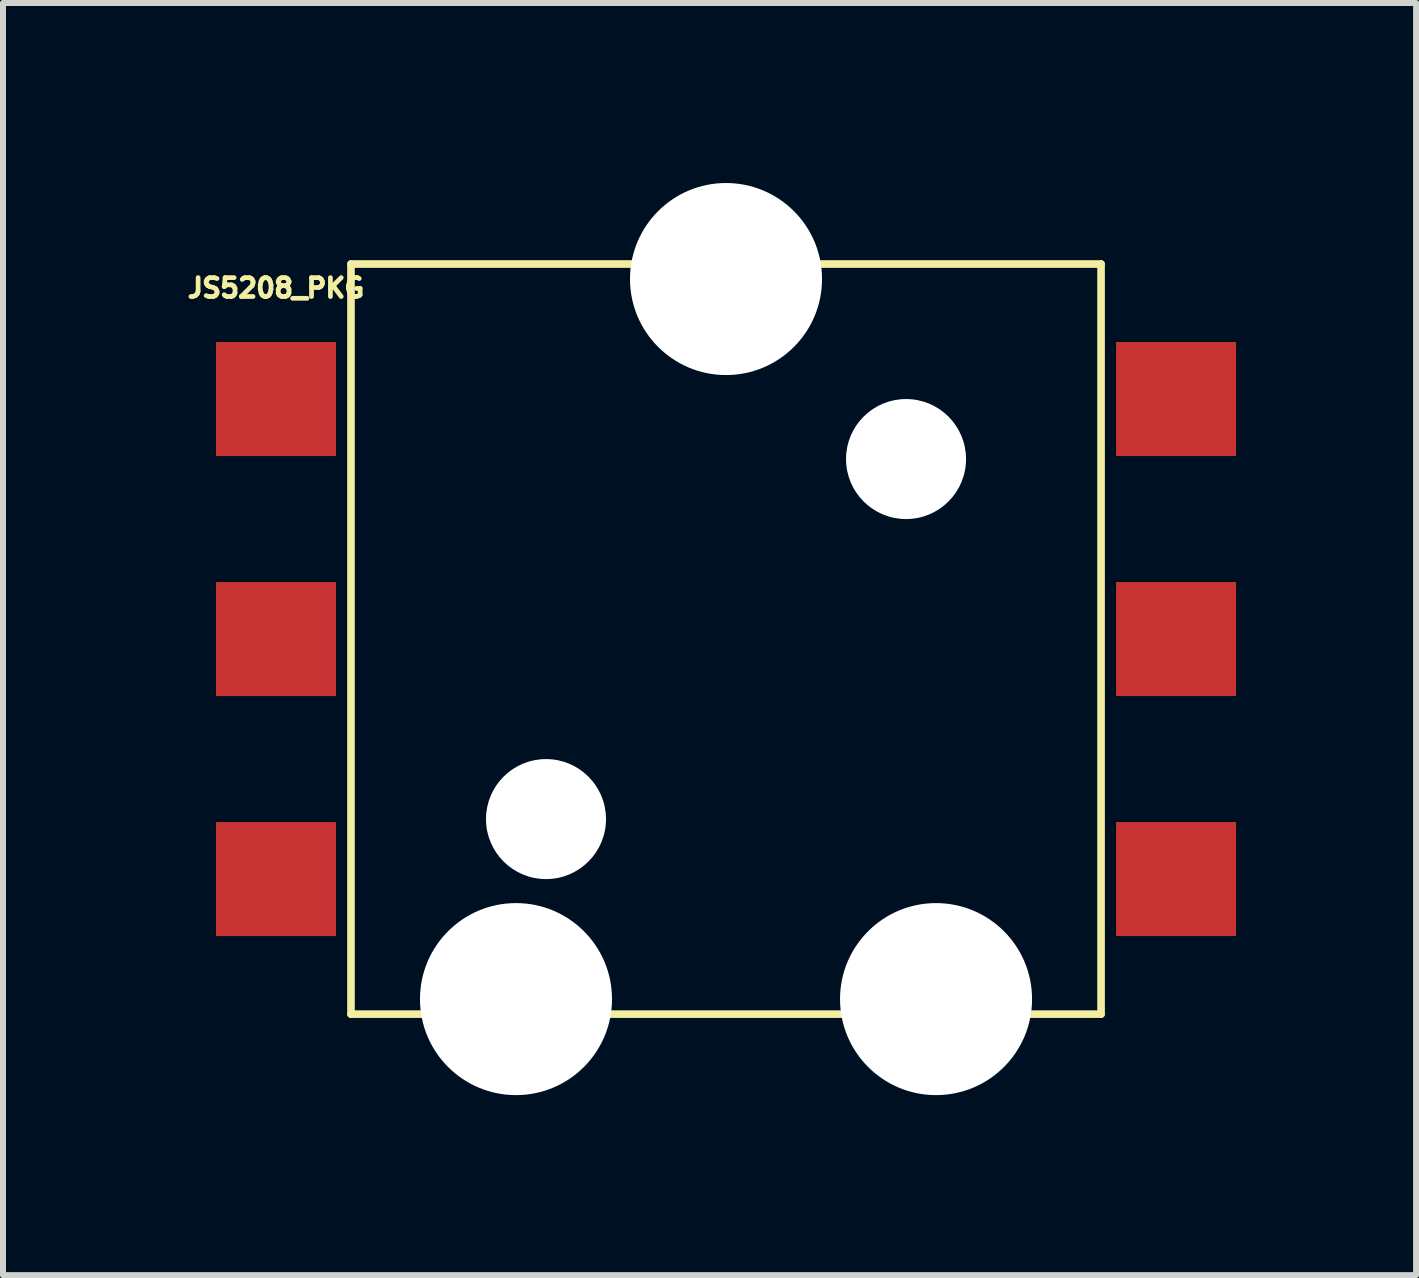
<source format=kicad_pcb>
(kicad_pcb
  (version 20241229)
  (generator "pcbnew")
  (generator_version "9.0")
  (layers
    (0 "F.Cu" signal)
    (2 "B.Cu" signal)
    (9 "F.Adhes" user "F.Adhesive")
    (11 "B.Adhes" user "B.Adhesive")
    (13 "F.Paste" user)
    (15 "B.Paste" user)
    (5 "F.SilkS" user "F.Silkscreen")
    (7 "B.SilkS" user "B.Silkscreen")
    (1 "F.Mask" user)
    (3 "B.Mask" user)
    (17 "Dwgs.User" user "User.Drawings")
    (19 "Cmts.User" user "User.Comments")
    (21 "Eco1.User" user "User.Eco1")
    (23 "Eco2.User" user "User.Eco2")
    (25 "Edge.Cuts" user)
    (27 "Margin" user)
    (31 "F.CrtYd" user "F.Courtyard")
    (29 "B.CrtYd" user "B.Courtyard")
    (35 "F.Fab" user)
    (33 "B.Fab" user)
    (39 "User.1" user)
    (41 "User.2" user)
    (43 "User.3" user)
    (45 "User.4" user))
  (footprint "JS5208_PKG"
    (layer "F.Cu")
    (at 9.049 7.6)
    (property "Reference" "JS5208_PKG" (at -7.5 -5.85 0) (layer "F.SilkS") (effects (font (size 0.315 0.315) (thickness 0.15))))
    (attr through_hole)
    (fp_line (start -6.25 -6.25) (end -6.25 6.25) (stroke (width 0.127) (type solid)) (layer "F.SilkS"))
    (fp_line (start -6.25 -6.25) (end 6.25 -6.25) (stroke (width 0.127) (type solid)) (layer "F.SilkS"))
    (fp_line (start -6.25 6.25) (end 6.25 6.25) (stroke (width 0.127) (type solid)) (layer "F.SilkS"))
    (fp_line (start 6.25 6.25) (end 6.25 -6.25) (stroke (width 0.127) (type solid)) (layer "F.SilkS"))
    (pad "" np_thru_hole circle (at -3.5 6) (size 3.2 3.2) (drill 3.2) (layers "*.Cu" "*.Mask"))
    (pad "" np_thru_hole circle (at -3 3) (size 2 2) (drill 2) (layers "*.Cu" "*.Mask"))
    (pad "" np_thru_hole circle (at 0 -6) (size 3.2 3.2) (drill 3.2) (layers "*.Cu" "*.Mask"))
    (pad "" np_thru_hole circle (at 3 -3) (size 2 2) (drill 2) (layers "*.Cu" "*.Mask"))
    (pad "" np_thru_hole circle (at 3.5 6) (size 3.2 3.2) (drill 3.2) (layers "*.Cu" "*.Mask"))
    (pad "1" smd rect (at -7.5 -4) (size 2 1.9) (layers "F.Cu" "F.Mask" "F.Paste"))
    (pad "2" smd rect (at -7.5 0) (size 2 1.9) (layers "F.Cu" "F.Mask" "F.Paste"))
    (pad "3" smd rect (at -7.5 4) (size 2 1.9) (layers "F.Cu" "F.Mask" "F.Paste"))
    (pad "4" smd rect (at 7.5 -4) (size 2 1.9) (layers "F.Cu" "F.Mask" "F.Paste"))
    (pad "5" smd rect (at 7.5 0) (size 2 1.9) (layers "F.Cu" "F.Mask" "F.Paste"))
    (pad "6" smd rect (at 7.5 4) (size 2 1.9) (layers "F.Cu" "F.Mask" "F.Paste")))
  (gr_rect
    (start -3 -3)
    (end 20.549 18.2)
    (stroke (width 0.1) (type default))
    (fill no)
    (layer "Edge.Cuts")))
</source>
